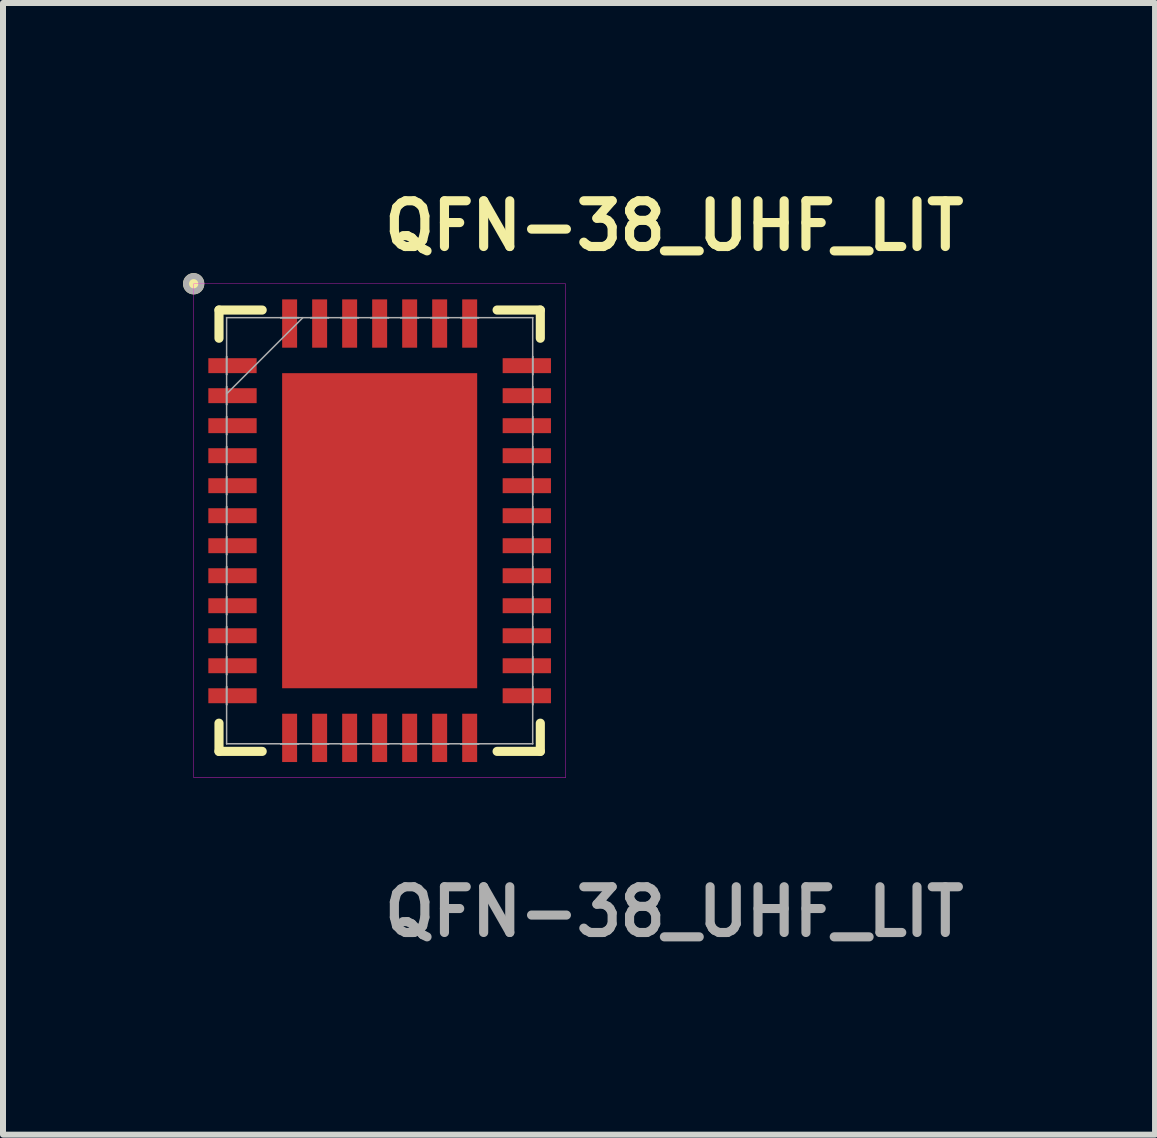
<source format=kicad_pcb>
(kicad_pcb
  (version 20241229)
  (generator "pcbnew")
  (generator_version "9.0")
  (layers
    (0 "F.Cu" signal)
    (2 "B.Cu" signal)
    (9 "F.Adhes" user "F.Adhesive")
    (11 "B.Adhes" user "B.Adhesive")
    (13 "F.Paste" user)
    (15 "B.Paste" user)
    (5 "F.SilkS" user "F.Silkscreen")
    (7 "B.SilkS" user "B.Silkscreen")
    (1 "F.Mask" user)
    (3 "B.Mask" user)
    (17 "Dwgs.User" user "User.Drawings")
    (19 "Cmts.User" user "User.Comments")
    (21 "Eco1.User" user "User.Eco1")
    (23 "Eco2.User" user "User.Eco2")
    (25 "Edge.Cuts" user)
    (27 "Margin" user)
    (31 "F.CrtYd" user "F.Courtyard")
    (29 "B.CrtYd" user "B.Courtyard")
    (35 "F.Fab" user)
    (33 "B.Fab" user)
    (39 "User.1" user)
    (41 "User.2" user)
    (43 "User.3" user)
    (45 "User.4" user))
  (footprint "QFN-38_UHF_LIT"
    (layer "F.Cu")
    (at 3.276 5.793)
    (property "Reference" "QFN-38_UHF_LIT" (at 0 -5.08 0) (unlocked yes) (layer "F.SilkS") (effects (font (size 0.762 0.762) (thickness 0.152) (bold yes)) (justify left)))
    (attr smd)
    (fp_line (start -2.677 -3.677) (end -2.677 -3.207) (stroke (width 0.152) (type solid)) (layer "F.SilkS"))
    (fp_line (start -2.677 3.207) (end -2.677 3.677) (stroke (width 0.152) (type solid)) (layer "F.SilkS"))
    (fp_line (start -2.677 3.677) (end -1.957 3.677) (stroke (width 0.152) (type solid)) (layer "F.SilkS"))
    (fp_line (start -1.957 -3.677) (end -2.677 -3.677) (stroke (width 0.152) (type solid)) (layer "F.SilkS"))
    (fp_line (start 1.957 3.677) (end 2.677 3.677) (stroke (width 0.152) (type solid)) (layer "F.SilkS"))
    (fp_line (start 2.677 -3.677) (end 1.957 -3.677) (stroke (width 0.152) (type solid)) (layer "F.SilkS"))
    (fp_line (start 2.677 -3.207) (end 2.677 -3.677) (stroke (width 0.152) (type solid)) (layer "F.SilkS"))
    (fp_line (start 2.677 3.677) (end 2.677 3.207) (stroke (width 0.152) (type solid)) (layer "F.SilkS"))
    (fp_circle (center -3.099 -4.115) (end -2.972 -4.115) (stroke (width 0.1) (type solid)) (fill yes) (layer "F.SilkS"))
    (fp_poly (pts (xy -1.525 -2.525) (xy -1.525 -1.413) (xy -0.1 -1.413) (xy -0.1 -2.525)) (stroke (width 0) (type solid)) (fill yes) (layer "F.Paste"))
    (fp_poly (pts (xy -1.525 -1.212) (xy -1.525 -0.1) (xy -0.1 -0.1) (xy -0.1 -1.212)) (stroke (width 0) (type solid)) (fill yes) (layer "F.Paste"))
    (fp_poly (pts (xy -1.525 0.1) (xy -1.525 1.212) (xy -0.1 1.212) (xy -0.1 0.1)) (stroke (width 0) (type solid)) (fill yes) (layer "F.Paste"))
    (fp_poly (pts (xy -1.525 1.413) (xy -1.525 2.525) (xy -0.1 2.525) (xy -0.1 1.413)) (stroke (width 0) (type solid)) (fill yes) (layer "F.Paste"))
    (fp_poly (pts (xy 0.1 -2.525) (xy 0.1 -1.413) (xy 1.525 -1.413) (xy 1.525 -2.525)) (stroke (width 0) (type solid)) (fill yes) (layer "F.Paste"))
    (fp_poly (pts (xy 0.1 -1.212) (xy 0.1 -0.1) (xy 1.525 -0.1) (xy 1.525 -1.212)) (stroke (width 0) (type solid)) (fill yes) (layer "F.Paste"))
    (fp_poly (pts (xy 0.1 0.1) (xy 0.1 1.212) (xy 1.525 1.212) (xy 1.525 0.1)) (stroke (width 0) (type solid)) (fill yes) (layer "F.Paste"))
    (fp_poly (pts (xy 0.1 1.413) (xy 0.1 2.525) (xy 1.525 2.525) (xy 1.525 1.413)) (stroke (width 0) (type solid)) (fill yes) (layer "F.Paste"))
    (fp_rect (start -3.099 -4.115) (end 3.099 4.115) (stroke (width 0.006) (type solid)) (fill no) (layer "F.CrtYd"))
    (fp_line (start -2.55 -3.55) (end -2.55 -3.55) (stroke (width 0.025) (type solid)) (layer "F.Fab"))
    (fp_line (start -2.55 -3.55) (end -2.55 3.55) (stroke (width 0.025) (type solid)) (layer "F.Fab"))
    (fp_line (start -2.55 -2.9) (end -2.55 -2.9) (stroke (width 0.025) (type solid)) (layer "F.Fab"))
    (fp_line (start -2.55 -2.9) (end -2.55 -2.6) (stroke (width 0.025) (type solid)) (layer "F.Fab"))
    (fp_line (start -2.55 -2.6) (end -2.55 -2.9) (stroke (width 0.025) (type solid)) (layer "F.Fab"))
    (fp_line (start -2.55 -2.6) (end -2.55 -2.6) (stroke (width 0.025) (type solid)) (layer "F.Fab"))
    (fp_line (start -2.55 -2.4) (end -2.55 -2.4) (stroke (width 0.025) (type solid)) (layer "F.Fab"))
    (fp_line (start -2.55 -2.4) (end -2.55 -2.1) (stroke (width 0.025) (type solid)) (layer "F.Fab"))
    (fp_line (start -2.55 -2.28) (end -1.28 -3.55) (stroke (width 0.025) (type solid)) (layer "F.Fab"))
    (fp_line (start -2.55 -2.1) (end -2.55 -2.4) (stroke (width 0.025) (type solid)) (layer "F.Fab"))
    (fp_line (start -2.55 -2.1) (end -2.55 -2.1) (stroke (width 0.025) (type solid)) (layer "F.Fab"))
    (fp_line (start -2.55 -1.9) (end -2.55 -1.9) (stroke (width 0.025) (type solid)) (layer "F.Fab"))
    (fp_line (start -2.55 -1.9) (end -2.55 -1.6) (stroke (width 0.025) (type solid)) (layer "F.Fab"))
    (fp_line (start -2.55 -1.6) (end -2.55 -1.9) (stroke (width 0.025) (type solid)) (layer "F.Fab"))
    (fp_line (start -2.55 -1.6) (end -2.55 -1.6) (stroke (width 0.025) (type solid)) (layer "F.Fab"))
    (fp_line (start -2.55 -1.4) (end -2.55 -1.4) (stroke (width 0.025) (type solid)) (layer "F.Fab"))
    (fp_line (start -2.55 -1.4) (end -2.55 -1.1) (stroke (width 0.025) (type solid)) (layer "F.Fab"))
    (fp_line (start -2.55 -1.1) (end -2.55 -1.4) (stroke (width 0.025) (type solid)) (layer "F.Fab"))
    (fp_line (start -2.55 -1.1) (end -2.55 -1.1) (stroke (width 0.025) (type solid)) (layer "F.Fab"))
    (fp_line (start -2.55 -0.9) (end -2.55 -0.9) (stroke (width 0.025) (type solid)) (layer "F.Fab"))
    (fp_line (start -2.55 -0.9) (end -2.55 -0.6) (stroke (width 0.025) (type solid)) (layer "F.Fab"))
    (fp_line (start -2.55 -0.6) (end -2.55 -0.9) (stroke (width 0.025) (type solid)) (layer "F.Fab"))
    (fp_line (start -2.55 -0.6) (end -2.55 -0.6) (stroke (width 0.025) (type solid)) (layer "F.Fab"))
    (fp_line (start -2.55 -0.4) (end -2.55 -0.4) (stroke (width 0.025) (type solid)) (layer "F.Fab"))
    (fp_line (start -2.55 -0.4) (end -2.55 -0.1) (stroke (width 0.025) (type solid)) (layer "F.Fab"))
    (fp_line (start -2.55 -0.1) (end -2.55 -0.4) (stroke (width 0.025) (type solid)) (layer "F.Fab"))
    (fp_line (start -2.55 -0.1) (end -2.55 -0.1) (stroke (width 0.025) (type solid)) (layer "F.Fab"))
    (fp_line (start -2.55 0.1) (end -2.55 0.1) (stroke (width 0.025) (type solid)) (layer "F.Fab"))
    (fp_line (start -2.55 0.1) (end -2.55 0.4) (stroke (width 0.025) (type solid)) (layer "F.Fab"))
    (fp_line (start -2.55 0.4) (end -2.55 0.1) (stroke (width 0.025) (type solid)) (layer "F.Fab"))
    (fp_line (start -2.55 0.4) (end -2.55 0.4) (stroke (width 0.025) (type solid)) (layer "F.Fab"))
    (fp_line (start -2.55 0.6) (end -2.55 0.6) (stroke (width 0.025) (type solid)) (layer "F.Fab"))
    (fp_line (start -2.55 0.6) (end -2.55 0.9) (stroke (width 0.025) (type solid)) (layer "F.Fab"))
    (fp_line (start -2.55 0.9) (end -2.55 0.6) (stroke (width 0.025) (type solid)) (layer "F.Fab"))
    (fp_line (start -2.55 0.9) (end -2.55 0.9) (stroke (width 0.025) (type solid)) (layer "F.Fab"))
    (fp_line (start -2.55 1.1) (end -2.55 1.1) (stroke (width 0.025) (type solid)) (layer "F.Fab"))
    (fp_line (start -2.55 1.1) (end -2.55 1.4) (stroke (width 0.025) (type solid)) (layer "F.Fab"))
    (fp_line (start -2.55 1.4) (end -2.55 1.1) (stroke (width 0.025) (type solid)) (layer "F.Fab"))
    (fp_line (start -2.55 1.4) (end -2.55 1.4) (stroke (width 0.025) (type solid)) (layer "F.Fab"))
    (fp_line (start -2.55 1.6) (end -2.55 1.6) (stroke (width 0.025) (type solid)) (layer "F.Fab"))
    (fp_line (start -2.55 1.6) (end -2.55 1.9) (stroke (width 0.025) (type solid)) (layer "F.Fab"))
    (fp_line (start -2.55 1.9) (end -2.55 1.6) (stroke (width 0.025) (type solid)) (layer "F.Fab"))
    (fp_line (start -2.55 1.9) (end -2.55 1.9) (stroke (width 0.025) (type solid)) (layer "F.Fab"))
    (fp_line (start -2.55 2.1) (end -2.55 2.1) (stroke (width 0.025) (type solid)) (layer "F.Fab"))
    (fp_line (start -2.55 2.1) (end -2.55 2.4) (stroke (width 0.025) (type solid)) (layer "F.Fab"))
    (fp_line (start -2.55 2.4) (end -2.55 2.1) (stroke (width 0.025) (type solid)) (layer "F.Fab"))
    (fp_line (start -2.55 2.4) (end -2.55 2.4) (stroke (width 0.025) (type solid)) (layer "F.Fab"))
    (fp_line (start -2.55 2.6) (end -2.55 2.6) (stroke (width 0.025) (type solid)) (layer "F.Fab"))
    (fp_line (start -2.55 2.6) (end -2.55 2.9) (stroke (width 0.025) (type solid)) (layer "F.Fab"))
    (fp_line (start -2.55 2.9) (end -2.55 2.6) (stroke (width 0.025) (type solid)) (layer "F.Fab"))
    (fp_line (start -2.55 2.9) (end -2.55 2.9) (stroke (width 0.025) (type solid)) (layer "F.Fab"))
    (fp_line (start -2.55 3.55) (end -2.55 3.55) (stroke (width 0.025) (type solid)) (layer "F.Fab"))
    (fp_line (start -2.55 3.55) (end 2.55 3.55) (stroke (width 0.025) (type solid)) (layer "F.Fab"))
    (fp_line (start -1.65 -3.55) (end -1.65 -3.55) (stroke (width 0.025) (type solid)) (layer "F.Fab"))
    (fp_line (start -1.65 -3.55) (end -1.35 -3.55) (stroke (width 0.025) (type solid)) (layer "F.Fab"))
    (fp_line (start -1.65 3.55) (end -1.65 3.55) (stroke (width 0.025) (type solid)) (layer "F.Fab"))
    (fp_line (start -1.65 3.55) (end -1.35 3.55) (stroke (width 0.025) (type solid)) (layer "F.Fab"))
    (fp_line (start -1.35 -3.55) (end -1.65 -3.55) (stroke (width 0.025) (type solid)) (layer "F.Fab"))
    (fp_line (start -1.35 -3.55) (end -1.35 -3.55) (stroke (width 0.025) (type solid)) (layer "F.Fab"))
    (fp_line (start -1.35 3.55) (end -1.65 3.55) (stroke (width 0.025) (type solid)) (layer "F.Fab"))
    (fp_line (start -1.35 3.55) (end -1.35 3.55) (stroke (width 0.025) (type solid)) (layer "F.Fab"))
    (fp_line (start -1.15 -3.55) (end -1.15 -3.55) (stroke (width 0.025) (type solid)) (layer "F.Fab"))
    (fp_line (start -1.15 -3.55) (end -0.85 -3.55) (stroke (width 0.025) (type solid)) (layer "F.Fab"))
    (fp_line (start -1.15 3.55) (end -1.15 3.55) (stroke (width 0.025) (type solid)) (layer "F.Fab"))
    (fp_line (start -1.15 3.55) (end -0.85 3.55) (stroke (width 0.025) (type solid)) (layer "F.Fab"))
    (fp_line (start -0.85 -3.55) (end -1.15 -3.55) (stroke (width 0.025) (type solid)) (layer "F.Fab"))
    (fp_line (start -0.85 -3.55) (end -0.85 -3.55) (stroke (width 0.025) (type solid)) (layer "F.Fab"))
    (fp_line (start -0.85 3.55) (end -1.15 3.55) (stroke (width 0.025) (type solid)) (layer "F.Fab"))
    (fp_line (start -0.85 3.55) (end -0.85 3.55) (stroke (width 0.025) (type solid)) (layer "F.Fab"))
    (fp_line (start -0.65 -3.55) (end -0.65 -3.55) (stroke (width 0.025) (type solid)) (layer "F.Fab"))
    (fp_line (start -0.65 -3.55) (end -0.35 -3.55) (stroke (width 0.025) (type solid)) (layer "F.Fab"))
    (fp_line (start -0.65 3.55) (end -0.65 3.55) (stroke (width 0.025) (type solid)) (layer "F.Fab"))
    (fp_line (start -0.65 3.55) (end -0.35 3.55) (stroke (width 0.025) (type solid)) (layer "F.Fab"))
    (fp_line (start -0.35 -3.55) (end -0.65 -3.55) (stroke (width 0.025) (type solid)) (layer "F.Fab"))
    (fp_line (start -0.35 -3.55) (end -0.35 -3.55) (stroke (width 0.025) (type solid)) (layer "F.Fab"))
    (fp_line (start -0.35 3.55) (end -0.65 3.55) (stroke (width 0.025) (type solid)) (layer "F.Fab"))
    (fp_line (start -0.35 3.55) (end -0.35 3.55) (stroke (width 0.025) (type solid)) (layer "F.Fab"))
    (fp_line (start -0.15 -3.55) (end -0.15 -3.55) (stroke (width 0.025) (type solid)) (layer "F.Fab"))
    (fp_line (start -0.15 -3.55) (end 0.15 -3.55) (stroke (width 0.025) (type solid)) (layer "F.Fab"))
    (fp_line (start -0.15 3.55) (end -0.15 3.55) (stroke (width 0.025) (type solid)) (layer "F.Fab"))
    (fp_line (start -0.15 3.55) (end 0.15 3.55) (stroke (width 0.025) (type solid)) (layer "F.Fab"))
    (fp_line (start 0.15 -3.55) (end -0.15 -3.55) (stroke (width 0.025) (type solid)) (layer "F.Fab"))
    (fp_line (start 0.15 -3.55) (end 0.15 -3.55) (stroke (width 0.025) (type solid)) (layer "F.Fab"))
    (fp_line (start 0.15 3.55) (end -0.15 3.55) (stroke (width 0.025) (type solid)) (layer "F.Fab"))
    (fp_line (start 0.15 3.55) (end 0.15 3.55) (stroke (width 0.025) (type solid)) (layer "F.Fab"))
    (fp_line (start 0.35 -3.55) (end 0.35 -3.55) (stroke (width 0.025) (type solid)) (layer "F.Fab"))
    (fp_line (start 0.35 -3.55) (end 0.65 -3.55) (stroke (width 0.025) (type solid)) (layer "F.Fab"))
    (fp_line (start 0.35 3.55) (end 0.35 3.55) (stroke (width 0.025) (type solid)) (layer "F.Fab"))
    (fp_line (start 0.35 3.55) (end 0.65 3.55) (stroke (width 0.025) (type solid)) (layer "F.Fab"))
    (fp_line (start 0.65 -3.55) (end 0.35 -3.55) (stroke (width 0.025) (type solid)) (layer "F.Fab"))
    (fp_line (start 0.65 -3.55) (end 0.65 -3.55) (stroke (width 0.025) (type solid)) (layer "F.Fab"))
    (fp_line (start 0.65 3.55) (end 0.35 3.55) (stroke (width 0.025) (type solid)) (layer "F.Fab"))
    (fp_line (start 0.65 3.55) (end 0.65 3.55) (stroke (width 0.025) (type solid)) (layer "F.Fab"))
    (fp_line (start 0.85 -3.55) (end 0.85 -3.55) (stroke (width 0.025) (type solid)) (layer "F.Fab"))
    (fp_line (start 0.85 -3.55) (end 1.15 -3.55) (stroke (width 0.025) (type solid)) (layer "F.Fab"))
    (fp_line (start 0.85 3.55) (end 0.85 3.55) (stroke (width 0.025) (type solid)) (layer "F.Fab"))
    (fp_line (start 0.85 3.55) (end 1.15 3.55) (stroke (width 0.025) (type solid)) (layer "F.Fab"))
    (fp_line (start 1.15 -3.55) (end 0.85 -3.55) (stroke (width 0.025) (type solid)) (layer "F.Fab"))
    (fp_line (start 1.15 -3.55) (end 1.15 -3.55) (stroke (width 0.025) (type solid)) (layer "F.Fab"))
    (fp_line (start 1.15 3.55) (end 0.85 3.55) (stroke (width 0.025) (type solid)) (layer "F.Fab"))
    (fp_line (start 1.15 3.55) (end 1.15 3.55) (stroke (width 0.025) (type solid)) (layer "F.Fab"))
    (fp_line (start 1.35 -3.55) (end 1.35 -3.55) (stroke (width 0.025) (type solid)) (layer "F.Fab"))
    (fp_line (start 1.35 -3.55) (end 1.65 -3.55) (stroke (width 0.025) (type solid)) (layer "F.Fab"))
    (fp_line (start 1.35 3.55) (end 1.35 3.55) (stroke (width 0.025) (type solid)) (layer "F.Fab"))
    (fp_line (start 1.35 3.55) (end 1.65 3.55) (stroke (width 0.025) (type solid)) (layer "F.Fab"))
    (fp_line (start 1.65 -3.55) (end 1.35 -3.55) (stroke (width 0.025) (type solid)) (layer "F.Fab"))
    (fp_line (start 1.65 -3.55) (end 1.65 -3.55) (stroke (width 0.025) (type solid)) (layer "F.Fab"))
    (fp_line (start 1.65 3.55) (end 1.35 3.55) (stroke (width 0.025) (type solid)) (layer "F.Fab"))
    (fp_line (start 1.65 3.55) (end 1.65 3.55) (stroke (width 0.025) (type solid)) (layer "F.Fab"))
    (fp_line (start 2.55 -3.55) (end -2.55 -3.55) (stroke (width 0.025) (type solid)) (layer "F.Fab"))
    (fp_line (start 2.55 -3.55) (end 2.55 -3.55) (stroke (width 0.025) (type solid)) (layer "F.Fab"))
    (fp_line (start 2.55 -2.9) (end 2.55 -2.9) (stroke (width 0.025) (type solid)) (layer "F.Fab"))
    (fp_line (start 2.55 -2.9) (end 2.55 -2.6) (stroke (width 0.025) (type solid)) (layer "F.Fab"))
    (fp_line (start 2.55 -2.6) (end 2.55 -2.9) (stroke (width 0.025) (type solid)) (layer "F.Fab"))
    (fp_line (start 2.55 -2.6) (end 2.55 -2.6) (stroke (width 0.025) (type solid)) (layer "F.Fab"))
    (fp_line (start 2.55 -2.4) (end 2.55 -2.4) (stroke (width 0.025) (type solid)) (layer "F.Fab"))
    (fp_line (start 2.55 -2.4) (end 2.55 -2.1) (stroke (width 0.025) (type solid)) (layer "F.Fab"))
    (fp_line (start 2.55 -2.1) (end 2.55 -2.4) (stroke (width 0.025) (type solid)) (layer "F.Fab"))
    (fp_line (start 2.55 -2.1) (end 2.55 -2.1) (stroke (width 0.025) (type solid)) (layer "F.Fab"))
    (fp_line (start 2.55 -1.9) (end 2.55 -1.9) (stroke (width 0.025) (type solid)) (layer "F.Fab"))
    (fp_line (start 2.55 -1.9) (end 2.55 -1.6) (stroke (width 0.025) (type solid)) (layer "F.Fab"))
    (fp_line (start 2.55 -1.6) (end 2.55 -1.9) (stroke (width 0.025) (type solid)) (layer "F.Fab"))
    (fp_line (start 2.55 -1.6) (end 2.55 -1.6) (stroke (width 0.025) (type solid)) (layer "F.Fab"))
    (fp_line (start 2.55 -1.4) (end 2.55 -1.4) (stroke (width 0.025) (type solid)) (layer "F.Fab"))
    (fp_line (start 2.55 -1.4) (end 2.55 -1.1) (stroke (width 0.025) (type solid)) (layer "F.Fab"))
    (fp_line (start 2.55 -1.1) (end 2.55 -1.4) (stroke (width 0.025) (type solid)) (layer "F.Fab"))
    (fp_line (start 2.55 -1.1) (end 2.55 -1.1) (stroke (width 0.025) (type solid)) (layer "F.Fab"))
    (fp_line (start 2.55 -0.9) (end 2.55 -0.9) (stroke (width 0.025) (type solid)) (layer "F.Fab"))
    (fp_line (start 2.55 -0.9) (end 2.55 -0.6) (stroke (width 0.025) (type solid)) (layer "F.Fab"))
    (fp_line (start 2.55 -0.6) (end 2.55 -0.9) (stroke (width 0.025) (type solid)) (layer "F.Fab"))
    (fp_line (start 2.55 -0.6) (end 2.55 -0.6) (stroke (width 0.025) (type solid)) (layer "F.Fab"))
    (fp_line (start 2.55 -0.4) (end 2.55 -0.4) (stroke (width 0.025) (type solid)) (layer "F.Fab"))
    (fp_line (start 2.55 -0.4) (end 2.55 -0.1) (stroke (width 0.025) (type solid)) (layer "F.Fab"))
    (fp_line (start 2.55 -0.1) (end 2.55 -0.4) (stroke (width 0.025) (type solid)) (layer "F.Fab"))
    (fp_line (start 2.55 -0.1) (end 2.55 -0.1) (stroke (width 0.025) (type solid)) (layer "F.Fab"))
    (fp_line (start 2.55 0.1) (end 2.55 0.1) (stroke (width 0.025) (type solid)) (layer "F.Fab"))
    (fp_line (start 2.55 0.1) (end 2.55 0.4) (stroke (width 0.025) (type solid)) (layer "F.Fab"))
    (fp_line (start 2.55 0.4) (end 2.55 0.1) (stroke (width 0.025) (type solid)) (layer "F.Fab"))
    (fp_line (start 2.55 0.4) (end 2.55 0.4) (stroke (width 0.025) (type solid)) (layer "F.Fab"))
    (fp_line (start 2.55 0.6) (end 2.55 0.6) (stroke (width 0.025) (type solid)) (layer "F.Fab"))
    (fp_line (start 2.55 0.6) (end 2.55 0.9) (stroke (width 0.025) (type solid)) (layer "F.Fab"))
    (fp_line (start 2.55 0.9) (end 2.55 0.6) (stroke (width 0.025) (type solid)) (layer "F.Fab"))
    (fp_line (start 2.55 0.9) (end 2.55 0.9) (stroke (width 0.025) (type solid)) (layer "F.Fab"))
    (fp_line (start 2.55 1.1) (end 2.55 1.1) (stroke (width 0.025) (type solid)) (layer "F.Fab"))
    (fp_line (start 2.55 1.1) (end 2.55 1.4) (stroke (width 0.025) (type solid)) (layer "F.Fab"))
    (fp_line (start 2.55 1.4) (end 2.55 1.1) (stroke (width 0.025) (type solid)) (layer "F.Fab"))
    (fp_line (start 2.55 1.4) (end 2.55 1.4) (stroke (width 0.025) (type solid)) (layer "F.Fab"))
    (fp_line (start 2.55 1.6) (end 2.55 1.6) (stroke (width 0.025) (type solid)) (layer "F.Fab"))
    (fp_line (start 2.55 1.6) (end 2.55 1.9) (stroke (width 0.025) (type solid)) (layer "F.Fab"))
    (fp_line (start 2.55 1.9) (end 2.55 1.6) (stroke (width 0.025) (type solid)) (layer "F.Fab"))
    (fp_line (start 2.55 1.9) (end 2.55 1.9) (stroke (width 0.025) (type solid)) (layer "F.Fab"))
    (fp_line (start 2.55 2.1) (end 2.55 2.1) (stroke (width 0.025) (type solid)) (layer "F.Fab"))
    (fp_line (start 2.55 2.1) (end 2.55 2.4) (stroke (width 0.025) (type solid)) (layer "F.Fab"))
    (fp_line (start 2.55 2.4) (end 2.55 2.1) (stroke (width 0.025) (type solid)) (layer "F.Fab"))
    (fp_line (start 2.55 2.4) (end 2.55 2.4) (stroke (width 0.025) (type solid)) (layer "F.Fab"))
    (fp_line (start 2.55 2.6) (end 2.55 2.6) (stroke (width 0.025) (type solid)) (layer "F.Fab"))
    (fp_line (start 2.55 2.6) (end 2.55 2.9) (stroke (width 0.025) (type solid)) (layer "F.Fab"))
    (fp_line (start 2.55 2.9) (end 2.55 2.6) (stroke (width 0.025) (type solid)) (layer "F.Fab"))
    (fp_line (start 2.55 2.9) (end 2.55 2.9) (stroke (width 0.025) (type solid)) (layer "F.Fab"))
    (fp_line (start 2.55 3.55) (end 2.55 -3.55) (stroke (width 0.025) (type solid)) (layer "F.Fab"))
    (fp_line (start 2.55 3.55) (end 2.55 3.55) (stroke (width 0.025) (type solid)) (layer "F.Fab"))
    (fp_circle (center -3.099 -4.115) (end -2.972 -4.115) (stroke (width 0.1) (type solid)) (fill no) (layer "F.Fab"))
    (fp_text user "${REFERENCE}" (at 0 6.35 0) (unlocked yes) (layer "F.Fab") (effects (font (size 0.762 0.762) (thickness 0.152) (bold yes)) (justify left)))
    (pad "1" smd rect (at -2.452 -2.75 90) (size 0.249 0.805) (layers "F.Cu" "F.Mask" "F.Paste"))
    (pad "2" smd rect (at -2.452 -2.25 90) (size 0.249 0.805) (layers "F.Cu" "F.Mask" "F.Paste"))
    (pad "3" smd rect (at -2.452 -1.75 90) (size 0.249 0.805) (layers "F.Cu" "F.Mask" "F.Paste"))
    (pad "4" smd rect (at -2.452 -1.25 90) (size 0.249 0.805) (layers "F.Cu" "F.Mask" "F.Paste"))
    (pad "5" smd rect (at -2.452 -0.75 90) (size 0.249 0.805) (layers "F.Cu" "F.Mask" "F.Paste"))
    (pad "6" smd rect (at -2.452 -0.25 90) (size 0.249 0.805) (layers "F.Cu" "F.Mask" "F.Paste"))
    (pad "7" smd rect (at -2.452 0.25 90) (size 0.249 0.805) (layers "F.Cu" "F.Mask" "F.Paste"))
    (pad "8" smd rect (at -2.452 0.75 90) (size 0.249 0.805) (layers "F.Cu" "F.Mask" "F.Paste"))
    (pad "9" smd rect (at -2.452 1.25 90) (size 0.249 0.805) (layers "F.Cu" "F.Mask" "F.Paste"))
    (pad "10" smd rect (at -2.452 1.75 90) (size 0.249 0.805) (layers "F.Cu" "F.Mask" "F.Paste"))
    (pad "11" smd rect (at -2.452 2.25 90) (size 0.249 0.805) (layers "F.Cu" "F.Mask" "F.Paste"))
    (pad "12" smd rect (at -2.452 2.75 90) (size 0.249 0.805) (layers "F.Cu" "F.Mask" "F.Paste"))
    (pad "13" smd rect (at -1.5 3.452) (size 0.249 0.805) (layers "F.Cu" "F.Mask" "F.Paste"))
    (pad "14" smd rect (at -1 3.452) (size 0.249 0.805) (layers "F.Cu" "F.Mask" "F.Paste"))
    (pad "15" smd rect (at -0.5 3.452) (size 0.249 0.805) (layers "F.Cu" "F.Mask" "F.Paste"))
    (pad "16" smd rect (at 0 3.452) (size 0.249 0.805) (layers "F.Cu" "F.Mask" "F.Paste"))
    (pad "17" smd rect (at 0.5 3.452) (size 0.249 0.805) (layers "F.Cu" "F.Mask" "F.Paste"))
    (pad "18" smd rect (at 1 3.452) (size 0.249 0.805) (layers "F.Cu" "F.Mask" "F.Paste"))
    (pad "19" smd rect (at 1.5 3.452) (size 0.249 0.805) (layers "F.Cu" "F.Mask" "F.Paste"))
    (pad "20" smd rect (at 2.452 2.75 90) (size 0.249 0.805) (layers "F.Cu" "F.Mask" "F.Paste"))
    (pad "21" smd rect (at 2.452 2.25 90) (size 0.249 0.805) (layers "F.Cu" "F.Mask" "F.Paste"))
    (pad "22" smd rect (at 2.452 1.75 90) (size 0.249 0.805) (layers "F.Cu" "F.Mask" "F.Paste"))
    (pad "23" smd rect (at 2.452 1.25 90) (size 0.249 0.805) (layers "F.Cu" "F.Mask" "F.Paste"))
    (pad "24" smd rect (at 2.452 0.75 90) (size 0.249 0.805) (layers "F.Cu" "F.Mask" "F.Paste"))
    (pad "25" smd rect (at 2.452 0.25 90) (size 0.249 0.805) (layers "F.Cu" "F.Mask" "F.Paste"))
    (pad "26" smd rect (at 2.452 -0.25 90) (size 0.249 0.805) (layers "F.Cu" "F.Mask" "F.Paste"))
    (pad "27" smd rect (at 2.452 -0.75 90) (size 0.249 0.805) (layers "F.Cu" "F.Mask" "F.Paste"))
    (pad "28" smd rect (at 2.452 -1.25 90) (size 0.249 0.805) (layers "F.Cu" "F.Mask" "F.Paste"))
    (pad "29" smd rect (at 2.452 -1.75 90) (size 0.249 0.805) (layers "F.Cu" "F.Mask" "F.Paste"))
    (pad "30" smd rect (at 2.452 -2.25 90) (size 0.249 0.805) (layers "F.Cu" "F.Mask" "F.Paste"))
    (pad "31" smd rect (at 2.452 -2.75 90) (size 0.249 0.805) (layers "F.Cu" "F.Mask" "F.Paste"))
    (pad "32" smd rect (at 1.5 -3.452) (size 0.249 0.805) (layers "F.Cu" "F.Mask" "F.Paste"))
    (pad "33" smd rect (at 1 -3.452) (size 0.249 0.805) (layers "F.Cu" "F.Mask" "F.Paste"))
    (pad "34" smd rect (at 0.5 -3.452) (size 0.249 0.805) (layers "F.Cu" "F.Mask" "F.Paste"))
    (pad "35" smd rect (at 0 -3.452) (size 0.249 0.805) (layers "F.Cu" "F.Mask" "F.Paste"))
    (pad "36" smd rect (at -0.5 -3.452) (size 0.249 0.805) (layers "F.Cu" "F.Mask" "F.Paste"))
    (pad "37" smd rect (at -1 -3.452) (size 0.249 0.805) (layers "F.Cu" "F.Mask" "F.Paste"))
    (pad "38" smd rect (at -1.5 -3.452) (size 0.249 0.805) (layers "F.Cu" "F.Mask" "F.Paste"))
    (pad "39" smd rect (at 0 0) (size 3.25 5.25) (layers "F.Cu" "F.Mask" "F.Paste")))
  (gr_rect
    (start -3 -3)
    (end 16.196 15.856)
    (stroke (width 0.1) (type default))
    (fill no)
    (layer "Edge.Cuts")))
</source>
